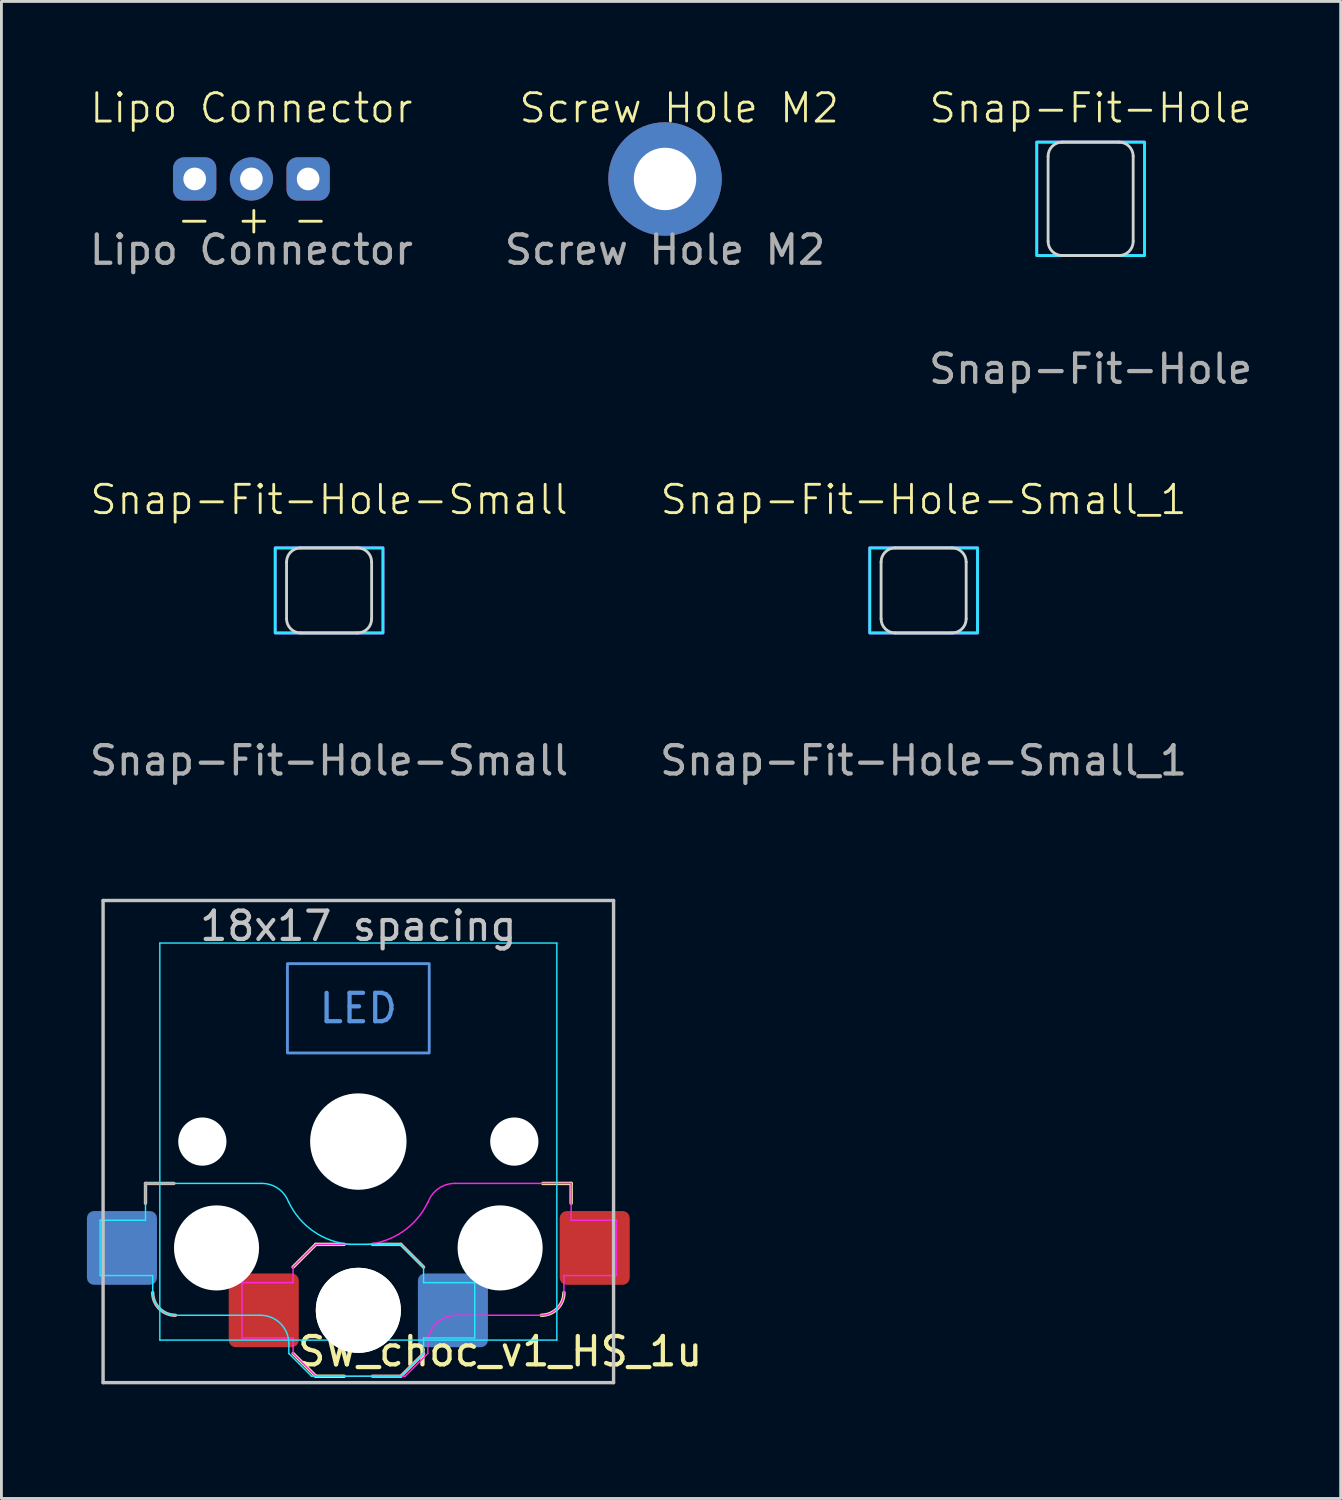
<source format=kicad_pcb>
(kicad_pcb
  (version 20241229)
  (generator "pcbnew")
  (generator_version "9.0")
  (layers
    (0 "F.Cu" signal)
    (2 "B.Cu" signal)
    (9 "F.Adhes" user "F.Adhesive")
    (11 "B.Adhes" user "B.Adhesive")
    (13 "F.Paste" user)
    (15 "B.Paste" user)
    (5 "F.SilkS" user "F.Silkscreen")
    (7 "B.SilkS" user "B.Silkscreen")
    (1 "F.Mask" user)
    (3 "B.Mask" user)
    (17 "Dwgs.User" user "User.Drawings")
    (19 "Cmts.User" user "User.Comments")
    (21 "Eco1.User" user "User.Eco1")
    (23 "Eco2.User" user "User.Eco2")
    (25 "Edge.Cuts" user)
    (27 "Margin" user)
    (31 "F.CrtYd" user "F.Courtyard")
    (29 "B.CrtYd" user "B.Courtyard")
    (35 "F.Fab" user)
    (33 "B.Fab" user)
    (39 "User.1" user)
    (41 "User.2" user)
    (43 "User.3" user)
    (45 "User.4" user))
  (footprint "Snap-Fit-Hole-Small"
    (layer "F.Cu")
    (at 8.554 17.769)
    (property "Reference" "Snap-Fit-Hole-Small" (at 0 -3.2 0) (unlocked yes) (layer "F.SilkS") (effects (font (size 1 1) (thickness 0.1))))
    (attr through_hole)
    (fp_rect (start -1.5 -1.5) (end 1.5 1.5) (stroke (width 0.1) (type default)) (fill no) (layer "Eco1.User"))
    (fp_line (start -1.5 -1) (end -1.5 1) (stroke (width 0.1) (type default)) (layer "Eco2.User"))
    (fp_line (start -1 1.5) (end 1 1.5) (stroke (width 0.1) (type default)) (layer "Eco2.User"))
    (fp_line (start 1 -1.5) (end -1 -1.5) (stroke (width 0.1) (type default)) (layer "Eco2.User"))
    (fp_line (start 1.5 -1) (end 1.5 1) (stroke (width 0.1) (type default)) (layer "Eco2.User"))
    (fp_arc (start -1.5 -1) (mid -1.353553 -1.353553) (end -1 -1.5) (stroke (width 0.1) (type default)) (layer "Eco2.User"))
    (fp_arc (start -1 1.5) (mid -1.353553 1.353553) (end -1.5 1) (stroke (width 0.1) (type default)) (layer "Eco2.User"))
    (fp_arc (start 1 -1.5) (mid 1.353553 -1.353553) (end 1.5 -1) (stroke (width 0.1) (type default)) (layer "Eco2.User"))
    (fp_arc (start 1.5 1) (mid 1.353554 1.353554) (end 1 1.5) (stroke (width 0.1) (type default)) (layer "Eco2.User"))
    (fp_line (start -1.5 -1) (end -1.5 1) (stroke (width 0.1) (type default)) (layer "Edge.Cuts"))
    (fp_line (start -1 1.5) (end 1 1.5) (stroke (width 0.1) (type default)) (layer "Edge.Cuts"))
    (fp_line (start 1 -1.5) (end -1 -1.5) (stroke (width 0.1) (type default)) (layer "Edge.Cuts"))
    (fp_line (start 1.5 -1) (end 1.5 1) (stroke (width 0.1) (type default)) (layer "Edge.Cuts"))
    (fp_arc (start -1.5 -1) (mid -1.353554 -1.353554) (end -1 -1.5) (stroke (width 0.1) (type default)) (layer "Edge.Cuts"))
    (fp_arc (start -0.999999 1.5) (mid -1.353553 1.353554) (end -1.499999 1) (stroke (width 0.1) (type default)) (layer "Edge.Cuts"))
    (fp_arc (start 1 -1.5) (mid 1.353554 -1.353554) (end 1.5 -1) (stroke (width 0.1) (type default)) (layer "Edge.Cuts"))
    (fp_arc (start 1.5 1) (mid 1.353554 1.353554) (end 1 1.5) (stroke (width 0.1) (type default)) (layer "Edge.Cuts"))
    (fp_rect (start -1.9 -1.5) (end 1.9 1.5) (stroke (width 0.1) (type default)) (fill no) (layer "B.CrtYd"))
    (fp_rect (start -1.9 -1.5) (end 1.9 1.5) (stroke (width 0.1) (type default)) (fill no) (layer "F.CrtYd"))
    (fp_text user "${REFERENCE}" (at 0 6 0) (unlocked yes) (layer "F.Fab") (effects (font (size 1 1) (thickness 0.15)))))
  (footprint "Snap-Fit-Hole-Small_1"
    (layer "F.Cu")
    (at 29.518 17.769)
    (property "Reference" "Snap-Fit-Hole-Small_1" (at 0 -3.2 0) (unlocked yes) (layer "F.SilkS") (effects (font (size 1 1) (thickness 0.1))))
    (attr through_hole)
    (fp_rect (start -1.5 -1.5) (end 1.5 1.5) (stroke (width 0.1) (type default)) (fill no) (layer "Eco1.User"))
    (fp_line (start -1.5 -1) (end -1.5 1) (stroke (width 0.1) (type default)) (layer "Eco2.User"))
    (fp_line (start -1 1.5) (end 1 1.5) (stroke (width 0.1) (type default)) (layer "Eco2.User"))
    (fp_line (start 1 -1.5) (end -1 -1.5) (stroke (width 0.1) (type default)) (layer "Eco2.User"))
    (fp_line (start 1.5 -1) (end 1.5 1) (stroke (width 0.1) (type default)) (layer "Eco2.User"))
    (fp_arc (start -1.5 -1) (mid -1.353553 -1.353553) (end -1 -1.5) (stroke (width 0.1) (type default)) (layer "Eco2.User"))
    (fp_arc (start -1 1.5) (mid -1.353553 1.353553) (end -1.5 1) (stroke (width 0.1) (type default)) (layer "Eco2.User"))
    (fp_arc (start 1 -1.5) (mid 1.353553 -1.353553) (end 1.5 -1) (stroke (width 0.1) (type default)) (layer "Eco2.User"))
    (fp_arc (start 1.5 1) (mid 1.353554 1.353554) (end 1 1.5) (stroke (width 0.1) (type default)) (layer "Eco2.User"))
    (fp_line (start -1.5 -1) (end -1.5 1) (stroke (width 0.1) (type default)) (layer "Edge.Cuts"))
    (fp_line (start -1 1.5) (end 1 1.5) (stroke (width 0.1) (type default)) (layer "Edge.Cuts"))
    (fp_line (start 1 -1.5) (end -1 -1.5) (stroke (width 0.1) (type default)) (layer "Edge.Cuts"))
    (fp_line (start 1.5 -1) (end 1.5 1) (stroke (width 0.1) (type default)) (layer "Edge.Cuts"))
    (fp_arc (start -1.5 -1) (mid -1.353554 -1.353554) (end -1 -1.5) (stroke (width 0.1) (type default)) (layer "Edge.Cuts"))
    (fp_arc (start -0.999999 1.5) (mid -1.353553 1.353554) (end -1.499999 1) (stroke (width 0.1) (type default)) (layer "Edge.Cuts"))
    (fp_arc (start 1 -1.5) (mid 1.353554 -1.353554) (end 1.5 -1) (stroke (width 0.1) (type default)) (layer "Edge.Cuts"))
    (fp_arc (start 1.5 1) (mid 1.353554 1.353554) (end 1 1.5) (stroke (width 0.1) (type default)) (layer "Edge.Cuts"))
    (fp_rect (start -1.9 -1.5) (end 1.9 1.5) (stroke (width 0.1) (type default)) (fill no) (layer "B.CrtYd"))
    (fp_rect (start -1.9 -1.5) (end 1.9 1.5) (stroke (width 0.1) (type default)) (fill no) (layer "F.CrtYd"))
    (fp_text user "${REFERENCE}" (at 0 6 0) (unlocked yes) (layer "F.Fab") (effects (font (size 1 1) (thickness 0.15)))))
  (footprint "SW_choc_v1_HS_1u"
    (layer "F.Cu")
    (at 12.085 42.053)
    (property "Reference" "SW_choc_v1_HS_1u" (at 2.5 2.55 180) (layer "F.SilkS") (effects (font (size 1 1) (thickness 0.15))))
    (attr smd)
    (fp_line (start -4.8 2.625) (end -4 3.425) (stroke (width 0.12) (type solid)) (layer "F.SilkS"))
    (fp_line (start -4 -1.225) (end -4.8 -0.425) (stroke (width 0.12) (type solid)) (layer "F.SilkS"))
    (fp_line (start -4 -1.225) (end -3 -1.225) (stroke (width 0.12) (type solid)) (layer "F.SilkS"))
    (fp_line (start -4 3.425) (end -3 3.425) (stroke (width 0.12) (type solid)) (layer "F.SilkS"))
    (fp_line (start 5.004 -3.375) (end 4.004 -3.375) (stroke (width 0.12) (type solid)) (layer "F.SilkS"))
    (fp_line (start 5.004 -3.375) (end 5.004 -2.675) (stroke (width 0.12) (type solid)) (layer "F.SilkS"))
    (fp_arc (start 4.75 0.475) (mid 4.515685 1.040685) (end 3.95 1.275) (stroke (width 0.12) (type solid)) (layer "F.SilkS"))
    (fp_line (start -10.004 -3.375) (end -10.004 -2.675) (stroke (width 0.12) (type solid)) (layer "B.SilkS"))
    (fp_line (start -10.004 -3.375) (end -9.004 -3.375) (stroke (width 0.12) (type solid)) (layer "B.SilkS"))
    (fp_line (start -1 -1.225) (end -2 -1.225) (stroke (width 0.12) (type solid)) (layer "B.SilkS"))
    (fp_line (start -1 -1.225) (end -0.2 -0.425) (stroke (width 0.12) (type solid)) (layer "B.SilkS"))
    (fp_line (start -1 3.425) (end -2 3.425) (stroke (width 0.12) (type solid)) (layer "B.SilkS"))
    (fp_line (start -0.2 2.625) (end -1 3.425) (stroke (width 0.12) (type solid)) (layer "B.SilkS"))
    (fp_arc (start -8.95 1.275) (mid -9.515685 1.040685) (end -9.75 0.475) (stroke (width 0.12) (type solid)) (layer "B.SilkS"))
    (fp_line (start -11.5 -13.35) (end -11.5 3.65) (stroke (width 0.12) (type solid)) (layer "Dwgs.User"))
    (fp_line (start -11.5 3.65) (end 6.5 3.65) (stroke (width 0.12) (type solid)) (layer "Dwgs.User"))
    (fp_line (start 6.5 -13.35) (end -11.5 -13.35) (stroke (width 0.12) (type solid)) (layer "Dwgs.User"))
    (fp_line (start 6.5 3.65) (end 6.5 -13.35) (stroke (width 0.12) (type solid)) (layer "Dwgs.User"))
    (fp_rect (start -5 -11.125) (end 0 -7.975) (stroke (width 0.1) (type default)) (fill no) (layer "Cmts.User"))
    (fp_line (start -12.025 -14.375) (end 7.025 -14.375) (stroke (width 0.12) (type solid)) (layer "Eco1.User"))
    (fp_line (start -12.025 4.675) (end -12.025 -14.375) (stroke (width 0.12) (type solid)) (layer "Eco1.User"))
    (fp_line (start 7.025 -14.375) (end 7.025 4.675) (stroke (width 0.12) (type solid)) (layer "Eco1.User"))
    (fp_line (start 7.025 4.675) (end -12.025 4.675) (stroke (width 0.12) (type solid)) (layer "Eco1.User"))
    (fp_line (start -9.45 -11.3) (end -9.45 1.6) (stroke (width 0.05) (type solid)) (layer "Eco2.User"))
    (fp_line (start -8.95 2.1) (end 3.95 2.1) (stroke (width 0.05) (type solid)) (layer "Eco2.User"))
    (fp_line (start 3.95 -11.8) (end -8.95 -11.8) (stroke (width 0.05) (type solid)) (layer "Eco2.User"))
    (fp_line (start 4.45 1.6) (end 4.45 -11.3) (stroke (width 0.05) (type solid)) (layer "Eco2.User"))
    (fp_arc (start -9.45 -11.3) (mid -9.303553 -11.653553) (end -8.95 -11.8) (stroke (width 0.05) (type solid)) (layer "Eco2.User"))
    (fp_arc (start -8.95 2.1) (mid -9.303553 1.953553) (end -9.45 1.6) (stroke (width 0.05) (type solid)) (layer "Eco2.User"))
    (fp_arc (start 3.95 -11.8) (mid 4.303553 -11.653553) (end 4.45 -11.3) (stroke (width 0.05) (type solid)) (layer "Eco2.User"))
    (fp_arc (start 4.45 1.6) (mid 4.303553 1.953553) (end 3.95 2.1) (stroke (width 0.05) (type solid)) (layer "Eco2.User"))
    (fp_line (start -11.604 -2.075) (end -10.004 -2.075) (stroke (width 0.05) (type solid)) (layer "B.CrtYd"))
    (fp_line (start -11.604 -0.125) (end -11.604 -2.075) (stroke (width 0.05) (type solid)) (layer "B.CrtYd"))
    (fp_line (start -10.004 -3.375) (end -10.004 -2.675) (stroke (width 0.05) (type solid)) (layer "B.CrtYd"))
    (fp_line (start -10.004 -3.375) (end -5.9 -3.375) (stroke (width 0.05) (type solid)) (layer "B.CrtYd"))
    (fp_line (start -10.004 -2.675) (end -10.004 -2.075) (stroke (width 0.05) (type solid)) (layer "B.CrtYd"))
    (fp_line (start -9.75 -0.125) (end -11.604 -0.125) (stroke (width 0.05) (type solid)) (layer "B.CrtYd"))
    (fp_line (start -9.75 0.475) (end -9.75 -0.125) (stroke (width 0.05) (type solid)) (layer "B.CrtYd"))
    (fp_line (start -9.5 -11.85) (end -9.5 2.15) (stroke (width 0.05) (type solid)) (layer "B.CrtYd"))
    (fp_line (start -9.5 2.15) (end 4.5 2.15) (stroke (width 0.05) (type solid)) (layer "B.CrtYd"))
    (fp_line (start -5.95 1.275) (end -8.95 1.275) (stroke (width 0.05) (type solid)) (layer "B.CrtYd"))
    (fp_line (start -4.95 2.625) (end -4.95 2.275) (stroke (width 0.05) (type solid)) (layer "B.CrtYd"))
    (fp_line (start -4.95 2.625) (end -4.15 3.425) (stroke (width 0.05) (type solid)) (layer "B.CrtYd"))
    (fp_line (start -1 -1.225) (end -2.8 -1.225) (stroke (width 0.05) (type solid)) (layer "B.CrtYd"))
    (fp_line (start -1 -1.225) (end -0.2 -0.425) (stroke (width 0.05) (type solid)) (layer "B.CrtYd"))
    (fp_line (start -1 3.425) (end -4.15 3.425) (stroke (width 0.05) (type solid)) (layer "B.CrtYd"))
    (fp_line (start -0.2 0.125) (end -0.2 -0.425) (stroke (width 0.05) (type solid)) (layer "B.CrtYd"))
    (fp_line (start -0.2 2.625) (end -1 3.425) (stroke (width 0.05) (type solid)) (layer "B.CrtYd"))
    (fp_line (start -0.2 2.625) (end -0.2 2.075) (stroke (width 0.05) (type solid)) (layer "B.CrtYd"))
    (fp_line (start 1.604 0.125) (end -0.2 0.125) (stroke (width 0.05) (type solid)) (layer "B.CrtYd"))
    (fp_line (start 1.604 0.125) (end 1.604 2.075) (stroke (width 0.05) (type solid)) (layer "B.CrtYd"))
    (fp_line (start 1.604 2.075) (end -0.2 2.075) (stroke (width 0.05) (type solid)) (layer "B.CrtYd"))
    (fp_line (start 4.5 -11.85) (end -9.5 -11.85) (stroke (width 0.05) (type solid)) (layer "B.CrtYd"))
    (fp_line (start 4.5 2.15) (end 4.5 -11.85) (stroke (width 0.05) (type solid)) (layer "B.CrtYd"))
    (fp_arc (start -8.95 1.275) (mid -9.515685 1.040685) (end -9.75 0.475) (stroke (width 0.05) (type solid)) (layer "B.CrtYd"))
    (fp_arc (start -5.95 1.275) (mid -5.242893 1.567893) (end -4.95 2.275) (stroke (width 0.05) (type solid)) (layer "B.CrtYd"))
    (fp_arc (start -5.9 -3.375) (mid -5.326423 -3.194152) (end -4.960307 -2.71702) (stroke (width 0.05) (type solid)) (layer "B.CrtYd"))
    (fp_arc (start -2.799999 -1.225001) (mid -4.077272 -1.682765) (end -4.955444 -2.71707) (stroke (width 0.05) (type solid)) (layer "B.CrtYd"))
    (fp_line (start -6.604 0.125) (end -6.604 2.075) (stroke (width 0.05) (type solid)) (layer "F.CrtYd"))
    (fp_line (start -6.604 0.125) (end -4.8 0.125) (stroke (width 0.05) (type solid)) (layer "F.CrtYd"))
    (fp_line (start -6.604 2.075) (end -4.8 2.075) (stroke (width 0.05) (type solid)) (layer "F.CrtYd"))
    (fp_line (start -4.8 0.125) (end -4.8 -0.425) (stroke (width 0.05) (type solid)) (layer "F.CrtYd"))
    (fp_line (start -4.8 2.625) (end -4.8 2.075) (stroke (width 0.05) (type solid)) (layer "F.CrtYd"))
    (fp_line (start -4.8 2.625) (end -4 3.425) (stroke (width 0.05) (type solid)) (layer "F.CrtYd"))
    (fp_line (start -4 -1.225) (end -4.8 -0.425) (stroke (width 0.05) (type solid)) (layer "F.CrtYd"))
    (fp_line (start -4 -1.225) (end -2.2 -1.225) (stroke (width 0.05) (type solid)) (layer "F.CrtYd"))
    (fp_line (start -4 3.425) (end -0.85 3.425) (stroke (width 0.05) (type solid)) (layer "F.CrtYd"))
    (fp_line (start -0.05 2.625) (end -0.85 3.425) (stroke (width 0.05) (type solid)) (layer "F.CrtYd"))
    (fp_line (start -0.05 2.625) (end -0.05 2.275) (stroke (width 0.05) (type solid)) (layer "F.CrtYd"))
    (fp_line (start 0.95 1.275) (end 3.95 1.275) (stroke (width 0.05) (type solid)) (layer "F.CrtYd"))
    (fp_line (start 4.75 -0.125) (end 6.604 -0.125) (stroke (width 0.05) (type solid)) (layer "F.CrtYd"))
    (fp_line (start 4.75 0.475) (end 4.75 -0.125) (stroke (width 0.05) (type solid)) (layer "F.CrtYd"))
    (fp_line (start 5.004 -3.375) (end 0.9 -3.375) (stroke (width 0.05) (type solid)) (layer "F.CrtYd"))
    (fp_line (start 5.004 -3.375) (end 5.004 -2.675) (stroke (width 0.05) (type solid)) (layer "F.CrtYd"))
    (fp_line (start 5.004 -2.675) (end 5.004 -2.075) (stroke (width 0.05) (type solid)) (layer "F.CrtYd"))
    (fp_line (start 6.604 -2.075) (end 5.004 -2.075) (stroke (width 0.05) (type solid)) (layer "F.CrtYd"))
    (fp_line (start 6.604 -0.125) (end 6.604 -2.075) (stroke (width 0.05) (type solid)) (layer "F.CrtYd"))
    (fp_arc (start -0.05 2.275) (mid 0.242893 1.567893) (end 0.95 1.275) (stroke (width 0.05) (type solid)) (layer "F.CrtYd"))
    (fp_arc (start -0.044556 -2.71707) (mid -0.922728 -1.682765) (end -2.200001 -1.225001) (stroke (width 0.05) (type solid)) (layer "F.CrtYd"))
    (fp_arc (start -0.039693 -2.71702) (mid 0.326423 -3.194152) (end 0.9 -3.375) (stroke (width 0.05) (type solid)) (layer "F.CrtYd"))
    (fp_arc (start 4.75 0.475) (mid 4.515685 1.040685) (end 3.95 1.275) (stroke (width 0.05) (type solid)) (layer "F.CrtYd"))
    (fp_text user "18x17 spacing" (at -2.5 -12.45 0) (layer "Dwgs.User") (effects (font (size 1 1) (thickness 0.15))))
    (fp_text user "LED" (at -2.5 -9.55 0) (unlocked yes) (layer "Cmts.User") (effects (font (size 1 1) (thickness 0.15))))
    (fp_text user "19.05 spacing" (at -2.5 -13.55 0) (layer "Eco1.User") (effects (font (size 1 1) (thickness 0.15))))
    (pad "" np_thru_hole circle (at -8 -4.85 180) (size 1.7 1.7) (drill 1.7) (layers "*.Cu" "*.Mask"))
    (pad "" np_thru_hole circle (at -7.5 -1.1) (size 3 3) (drill 3) (layers "*.Cu" "*.Mask"))
    (pad "" np_thru_hole circle (at -2.5 -4.85 180) (size 3.4 3.4) (drill 3.4) (layers "*.Cu" "*.Mask"))
    (pad "" np_thru_hole circle (at -2.5 1.1) (size 3 3) (drill 3) (layers "*.Cu" "*.Mask"))
    (pad "" np_thru_hole circle (at -2.5 1.1) (size 3 3) (drill 3) (layers "*.Cu" "*.Mask"))
    (pad "" np_thru_hole circle (at 2.5 -1.1) (size 3 3) (drill 3) (layers "*.Cu" "*.Mask"))
    (pad "" np_thru_hole circle (at 3 -4.85 180) (size 1.7 1.7) (drill 1.7) (layers "*.Cu" "*.Mask"))
    (pad "1" smd roundrect (at -10.835 -1.1) (size 2.47 2.6) (layers "B.Cu" "B.Mask" "B.Paste") (roundrect_rratio 0.1))
    (pad "1" smd roundrect (at 5.835 -1.1) (size 2.47 2.6) (layers "F.Cu" "F.Mask" "F.Paste") (roundrect_rratio 0.1))
    (pad "2" smd roundrect (at -5.835 1.1) (size 2.47 2.6) (layers "F.Cu" "F.Mask" "F.Paste") (roundrect_rratio 0.1))
    (pad "2" smd roundrect (at 0.835 1.1) (size 2.47 2.6) (layers "B.Cu" "B.Mask" "B.Paste") (roundrect_rratio 0.1)))
  (footprint "Lipo Connector"
    (layer "F.Cu")
    (at 5.815 3.26)
    (property "Reference" "Lipo Connector" (at 0 -2.5 0) (unlocked yes) (layer "F.SilkS") (effects (font (size 1 1) (thickness 0.1))))
    (attr through_hole)
    (fp_text user "-" (at 1.4 2 0) (unlocked yes) (layer "F.SilkS") (effects (font (size 1 1) (thickness 0.1)) (justify left bottom)))
    (fp_text user "-" (at -2.7 2 0) (unlocked yes) (layer "F.SilkS") (effects (font (size 1 1) (thickness 0.1)) (justify left bottom)))
    (fp_text user "+" (at -0.6 2 0) (unlocked yes) (layer "F.SilkS") (effects (font (size 1 1) (thickness 0.1)) (justify left bottom)))
    (fp_text user "${REFERENCE}" (at 0 2.5 0) (unlocked yes) (layer "F.Fab") (effects (font (size 1 1) (thickness 0.15))))
    (pad "1" thru_hole roundrect (at -2 0) (size 1.524 1.524) (drill 0.8) (layers "*.Cu" "*.Mask") (roundrect_rratio 0.25))
    (pad "1" thru_hole roundrect (at 2 0) (size 1.524 1.524) (drill 0.8) (layers "*.Cu" "*.Mask") (roundrect_rratio 0.25))
    (pad "2" thru_hole circle (at 0 0) (size 1.524 1.524) (drill 0.8) (layers "*.Cu" "*.Mask")))
  (footprint "Snap-Fit-Hole"
    (layer "F.Cu")
    (at 35.407 3.961)
    (property "Reference" "Snap-Fit-Hole" (at 0 -3.2 0) (unlocked yes) (layer "F.SilkS") (effects (font (size 1 1) (thickness 0.1))))
    (attr through_hole)
    (fp_rect (start -1.5 -2) (end 1.5 2) (stroke (width 0.1) (type default)) (fill no) (layer "Eco1.User"))
    (fp_line (start -1.5 -1.5) (end -1.5 1.5) (stroke (width 0.1) (type default)) (layer "Eco2.User"))
    (fp_line (start -1 2) (end 1 2) (stroke (width 0.1) (type default)) (layer "Eco2.User"))
    (fp_line (start 1 -2) (end -1 -2) (stroke (width 0.1) (type default)) (layer "Eco2.User"))
    (fp_line (start 1.5 -1.5) (end 1.5 1.5) (stroke (width 0.1) (type default)) (layer "Eco2.User"))
    (fp_arc (start -1.5 -1.5) (mid -1.353553 -1.853553) (end -1 -2) (stroke (width 0.1) (type default)) (layer "Eco2.User"))
    (fp_arc (start -1 2) (mid -1.353553 1.853553) (end -1.5 1.5) (stroke (width 0.1) (type default)) (layer "Eco2.User"))
    (fp_arc (start 1 -2) (mid 1.353553 -1.853553) (end 1.5 -1.5) (stroke (width 0.1) (type default)) (layer "Eco2.User"))
    (fp_arc (start 1.5 1.5) (mid 1.353553 1.853553) (end 1 2) (stroke (width 0.1) (type default)) (layer "Eco2.User"))
    (fp_line (start -1.5 -1.5) (end -1.5 1.5) (stroke (width 0.1) (type default)) (layer "Edge.Cuts"))
    (fp_line (start -1 2) (end 1 2) (stroke (width 0.1) (type default)) (layer "Edge.Cuts"))
    (fp_line (start 1 -2) (end -1 -2) (stroke (width 0.1) (type default)) (layer "Edge.Cuts"))
    (fp_line (start 1.5 -1.5) (end 1.5 1.5) (stroke (width 0.1) (type default)) (layer "Edge.Cuts"))
    (fp_arc (start -1.5 -1.5) (mid -1.353554 -1.853554) (end -1 -2) (stroke (width 0.1) (type default)) (layer "Edge.Cuts"))
    (fp_arc (start -1 2) (mid -1.353554 1.853554) (end -1.5 1.5) (stroke (width 0.1) (type default)) (layer "Edge.Cuts"))
    (fp_arc (start 1 -2) (mid 1.353553 -1.853553) (end 1.5 -1.5) (stroke (width 0.1) (type default)) (layer "Edge.Cuts"))
    (fp_arc (start 1.5 1.5) (mid 1.353553 1.853553) (end 1 2) (stroke (width 0.1) (type default)) (layer "Edge.Cuts"))
    (fp_rect (start -1.9 -2) (end 1.9 2) (stroke (width 0.1) (type default)) (fill no) (layer "B.CrtYd"))
    (fp_rect (start -1.9 -2) (end 1.9 2) (stroke (width 0.1) (type default)) (fill no) (layer "F.CrtYd"))
    (fp_text user "${REFERENCE}" (at 0 6 0) (unlocked yes) (layer "F.Fab") (effects (font (size 1 1) (thickness 0.15)))))
  (footprint "Screw Hole M2"
    (layer "F.Cu")
    (at 20.399 3.26)
    (property "Reference" "Screw Hole M2" (at 0.5 -2.5 0) (unlocked yes) (layer "F.SilkS") (effects (font (size 1 1) (thickness 0.1))))
    (attr through_hole)
    (fp_text user "${REFERENCE}" (at 0 2.5 0) (unlocked yes) (layer "F.Fab") (effects (font (size 1 1) (thickness 0.15))))
    (pad "1" thru_hole circle (at 0 0) (size 4 4) (drill 2.2) (layers "*.Cu" "*.Mask")))
  (gr_rect
    (start -3 -3)
    (end 44.223 49.788)
    (stroke (width 0.1) (type default))
    (fill no)
    (layer "Edge.Cuts")))
</source>
